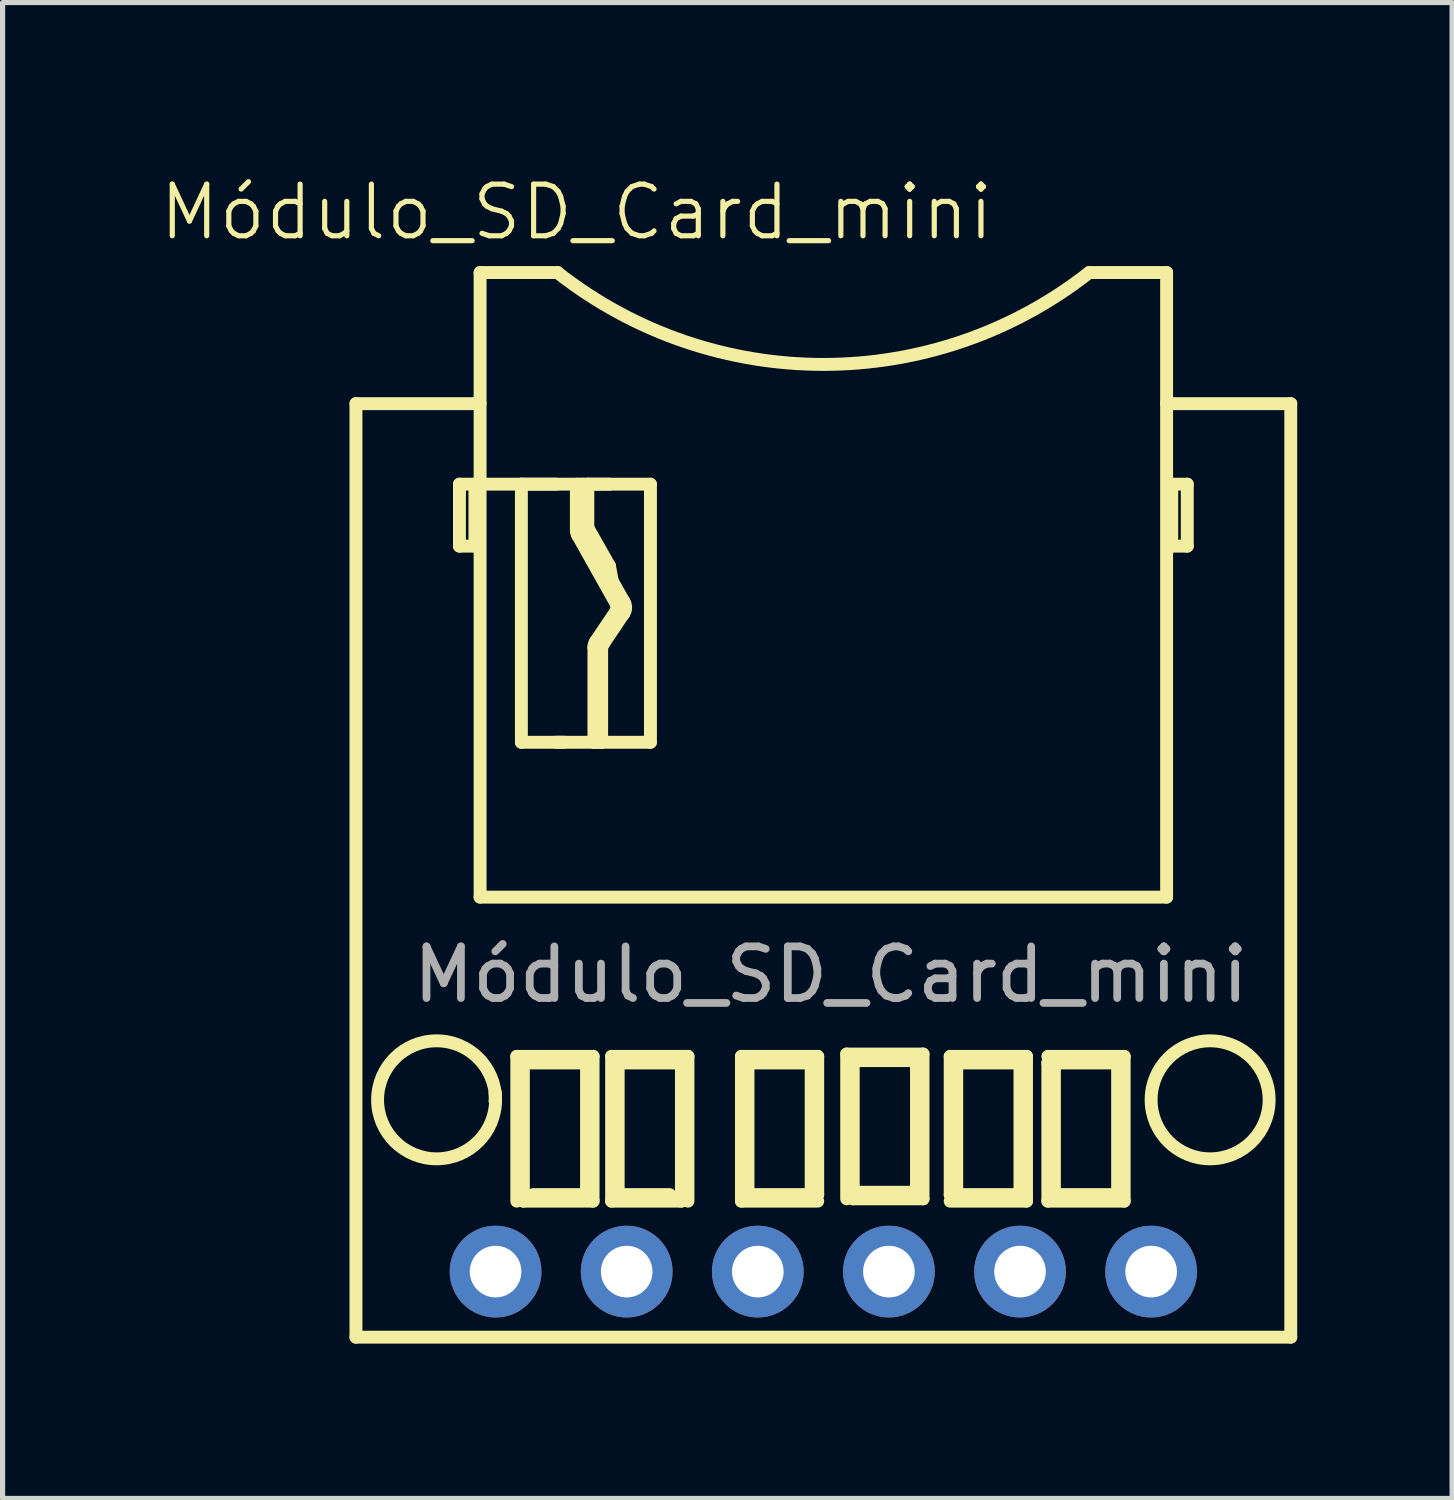
<source format=kicad_pcb>
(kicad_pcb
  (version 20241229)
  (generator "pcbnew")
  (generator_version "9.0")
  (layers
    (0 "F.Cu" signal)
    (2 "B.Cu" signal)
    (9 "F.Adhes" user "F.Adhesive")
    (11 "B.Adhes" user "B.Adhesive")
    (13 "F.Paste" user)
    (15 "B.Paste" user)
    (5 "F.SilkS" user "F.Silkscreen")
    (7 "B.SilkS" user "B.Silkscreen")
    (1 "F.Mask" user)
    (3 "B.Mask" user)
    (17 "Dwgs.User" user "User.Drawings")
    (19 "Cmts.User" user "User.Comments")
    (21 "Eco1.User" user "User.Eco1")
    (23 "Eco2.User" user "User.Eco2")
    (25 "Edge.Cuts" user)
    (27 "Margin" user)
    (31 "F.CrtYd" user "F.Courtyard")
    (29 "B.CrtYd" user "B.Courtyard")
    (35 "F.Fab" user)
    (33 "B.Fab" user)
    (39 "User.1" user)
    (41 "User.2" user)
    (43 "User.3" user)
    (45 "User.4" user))
  (footprint "Módulo_SD_Card_mini"
    (layer "F.Cu")
    (at 3.461 0.25)
    (property "Reference" "Módulo_SD_Card_mini" (at 4.66 0.81 0) (unlocked yes) (layer "F.SilkS") (effects (font (size 1 1) (thickness 0.1))))
    (attr through_hole)
    (fp_line (start 0.385 4.52) (end 2.79 4.52) (stroke (width 0.25) (type default)) (layer "F.SilkS"))
    (fp_line (start 0.385 22.605) (end 0.385 4.52) (stroke (width 0.25) (type default)) (layer "F.SilkS"))
    (fp_line (start 2.39 6.08) (end 2.39 7.28) (stroke (width 0.25) (type default)) (layer "F.SilkS"))
    (fp_line (start 2.39 6.08) (end 2.69 6.08) (stroke (width 0.25) (type default)) (layer "F.SilkS"))
    (fp_line (start 2.69 6.08) (end 6.09 6.08) (stroke (width 0.25) (type default)) (layer "F.SilkS"))
    (fp_line (start 2.69 7.28) (end 2.39 7.28) (stroke (width 0.25) (type default)) (layer "F.SilkS"))
    (fp_line (start 2.69 7.28) (end 2.69 6.08) (stroke (width 0.25) (type default)) (layer "F.SilkS"))
    (fp_line (start 2.79 1.98) (end 2.79 14.08) (stroke (width 0.25) (type default)) (layer "F.SilkS"))
    (fp_line (start 2.79 14.08) (end 16.09 14.08) (stroke (width 0.25) (type default)) (layer "F.SilkS"))
    (fp_line (start 3.082 17.871) (end 3.09 18.007) (stroke (width 0.25) (type default)) (layer "F.SilkS"))
    (fp_line (start 3.082 18.033) (end 3.082 17.871) (stroke (width 0.25) (type default)) (layer "F.SilkS"))
    (fp_line (start 3.09 18.035) (end 3.082 18.033) (stroke (width 0.25) (type default)) (layer "F.SilkS"))
    (fp_line (start 3.501 17.165) (end 4.979 17.165) (stroke (width 0.25) (type default)) (layer "F.SilkS"))
    (fp_line (start 3.501 19.97) (end 3.501 17.165) (stroke (width 0.25) (type default)) (layer "F.SilkS"))
    (fp_line (start 3.59 6.08) (end 4.265 6.08) (stroke (width 0.25) (type default)) (layer "F.SilkS"))
    (fp_line (start 3.59 11.08) (end 3.59 6.08) (stroke (width 0.25) (type default)) (layer "F.SilkS"))
    (fp_line (start 3.628 17.292) (end 3.628 19.97) (stroke (width 0.25) (type default)) (layer "F.SilkS"))
    (fp_line (start 3.82 19.843) (end 4.852 19.843) (stroke (width 0.25) (type default)) (layer "F.SilkS"))
    (fp_line (start 4.265 11.08) (end 4.415 11.08) (stroke (width 0.25) (type default)) (layer "F.SilkS"))
    (fp_line (start 4.29 1.98) (end 2.79 1.98) (stroke (width 0.25) (type default)) (layer "F.SilkS"))
    (fp_line (start 4.655 6.083) (end 4.655 6.971) (stroke (width 0.25) (type default)) (layer "F.SilkS"))
    (fp_line (start 4.681 7.069) (end 5.445 8.431) (stroke (width 0.25) (type default)) (layer "F.SilkS"))
    (fp_line (start 4.805 6.083) (end 4.655 6.083) (stroke (width 0.25) (type default)) (layer "F.SilkS"))
    (fp_line (start 4.805 6.932) (end 4.805 6.083) (stroke (width 0.25) (type default)) (layer "F.SilkS"))
    (fp_line (start 4.852 17.292) (end 3.628 17.292) (stroke (width 0.25) (type default)) (layer "F.SilkS"))
    (fp_line (start 4.852 19.843) (end 4.852 17.292) (stroke (width 0.25) (type default)) (layer "F.SilkS"))
    (fp_line (start 4.877 6.08) (end 4.877 6.923) (stroke (width 0.25) (type default)) (layer "F.SilkS"))
    (fp_line (start 4.877 6.08) (end 5.297 6.08) (stroke (width 0.25) (type default)) (layer "F.SilkS"))
    (fp_line (start 4.877 6.923) (end 5.297 7.665) (stroke (width 0.25) (type default)) (layer "F.SilkS"))
    (fp_line (start 4.979 17.165) (end 4.979 19.97) (stroke (width 0.25) (type default)) (layer "F.SilkS"))
    (fp_line (start 4.979 19.97) (end 3.628 19.97) (stroke (width 0.25) (type default)) (layer "F.SilkS"))
    (fp_line (start 4.995 11.08) (end 4.995 9.237) (stroke (width 0.25) (type default)) (layer "F.SilkS"))
    (fp_line (start 5.029 9.126) (end 5.442 8.511) (stroke (width 0.25) (type default)) (layer "F.SilkS"))
    (fp_line (start 5.145 9.283) (end 5.145 11.08) (stroke (width 0.25) (type default)) (layer "F.SilkS"))
    (fp_line (start 5.145 11.08) (end 4.995 11.08) (stroke (width 0.25) (type default)) (layer "F.SilkS"))
    (fp_line (start 5.179 9.172) (end 5.564 8.598) (stroke (width 0.25) (type default)) (layer "F.SilkS"))
    (fp_line (start 5.338 17.165) (end 6.817 17.165) (stroke (width 0.25) (type default)) (layer "F.SilkS"))
    (fp_line (start 5.338 19.97) (end 5.338 17.165) (stroke (width 0.25) (type default)) (layer "F.SilkS"))
    (fp_line (start 5.45 8.501) (end 5.297 7.665) (stroke (width 0.25) (type default)) (layer "F.SilkS"))
    (fp_line (start 5.465 17.292) (end 5.465 19.843) (stroke (width 0.25) (type default)) (layer "F.SilkS"))
    (fp_line (start 5.465 19.843) (end 6.461 19.843) (stroke (width 0.25) (type default)) (layer "F.SilkS"))
    (fp_line (start 5.574 8.354) (end 4.831 7.03) (stroke (width 0.25) (type default)) (layer "F.SilkS"))
    (fp_line (start 6.09 6.08) (end 6.09 11.08) (stroke (width 0.25) (type default)) (layer "F.SilkS"))
    (fp_line (start 6.09 11.08) (end 3.59 11.08) (stroke (width 0.25) (type default)) (layer "F.SilkS"))
    (fp_line (start 6.69 17.292) (end 5.465 17.292) (stroke (width 0.25) (type default)) (layer "F.SilkS"))
    (fp_line (start 6.69 19.97) (end 5.338 19.97) (stroke (width 0.25) (type default)) (layer "F.SilkS"))
    (fp_line (start 6.69 19.97) (end 6.69 17.292) (stroke (width 0.25) (type default)) (layer "F.SilkS"))
    (fp_line (start 6.817 17.165) (end 6.817 19.97) (stroke (width 0.25) (type default)) (layer "F.SilkS"))
    (fp_line (start 7.853 17.165) (end 9.331 17.165) (stroke (width 0.25) (type default)) (layer "F.SilkS"))
    (fp_line (start 7.853 19.97) (end 7.853 17.165) (stroke (width 0.25) (type default)) (layer "F.SilkS"))
    (fp_line (start 7.98 17.292) (end 7.98 19.843) (stroke (width 0.25) (type default)) (layer "F.SilkS"))
    (fp_line (start 7.98 19.843) (end 9.331 19.843) (stroke (width 0.25) (type default)) (layer "F.SilkS"))
    (fp_line (start 9.204 17.292) (end 7.98 17.292) (stroke (width 0.25) (type default)) (layer "F.SilkS"))
    (fp_line (start 9.204 19.843) (end 9.204 17.292) (stroke (width 0.25) (type default)) (layer "F.SilkS"))
    (fp_line (start 9.331 17.165) (end 9.331 19.843) (stroke (width 0.25) (type default)) (layer "F.SilkS"))
    (fp_line (start 9.331 19.97) (end 7.853 19.97) (stroke (width 0.25) (type default)) (layer "F.SilkS"))
    (fp_line (start 9.892 17.12) (end 11.371 17.12) (stroke (width 0.25) (type default)) (layer "F.SilkS"))
    (fp_line (start 9.892 19.925) (end 9.892 17.12) (stroke (width 0.25) (type default)) (layer "F.SilkS"))
    (fp_line (start 10.019 17.247) (end 10.019 19.925) (stroke (width 0.25) (type default)) (layer "F.SilkS"))
    (fp_line (start 10.019 19.798) (end 11.244 19.798) (stroke (width 0.25) (type default)) (layer "F.SilkS"))
    (fp_line (start 11.244 17.247) (end 10.019 17.247) (stroke (width 0.25) (type default)) (layer "F.SilkS"))
    (fp_line (start 11.244 19.798) (end 11.244 17.247) (stroke (width 0.25) (type default)) (layer "F.SilkS"))
    (fp_line (start 11.371 17.12) (end 11.371 19.925) (stroke (width 0.25) (type default)) (layer "F.SilkS"))
    (fp_line (start 11.371 19.925) (end 10.019 19.925) (stroke (width 0.25) (type default)) (layer "F.SilkS"))
    (fp_line (start 11.897 17.165) (end 13.376 17.165) (stroke (width 0.25) (type default)) (layer "F.SilkS"))
    (fp_line (start 11.897 19.843) (end 11.897 17.165) (stroke (width 0.25) (type default)) (layer "F.SilkS"))
    (fp_line (start 11.897 19.843) (end 13.249 19.843) (stroke (width 0.25) (type default)) (layer "F.SilkS"))
    (fp_line (start 12.024 17.292) (end 12.024 19.843) (stroke (width 0.25) (type default)) (layer "F.SilkS"))
    (fp_line (start 13.249 17.292) (end 12.024 17.292) (stroke (width 0.25) (type default)) (layer "F.SilkS"))
    (fp_line (start 13.249 19.843) (end 13.249 17.292) (stroke (width 0.25) (type default)) (layer "F.SilkS"))
    (fp_line (start 13.376 17.165) (end 13.376 19.97) (stroke (width 0.25) (type default)) (layer "F.SilkS"))
    (fp_line (start 13.376 19.97) (end 11.897 19.97) (stroke (width 0.25) (type default)) (layer "F.SilkS"))
    (fp_line (start 13.789 17.165) (end 15.268 17.165) (stroke (width 0.25) (type default)) (layer "F.SilkS"))
    (fp_line (start 13.789 19.97) (end 13.789 17.292) (stroke (width 0.25) (type default)) (layer "F.SilkS"))
    (fp_line (start 13.916 17.292) (end 13.916 19.843) (stroke (width 0.25) (type default)) (layer "F.SilkS"))
    (fp_line (start 13.916 19.843) (end 15.141 19.843) (stroke (width 0.25) (type default)) (layer "F.SilkS"))
    (fp_line (start 15.141 17.292) (end 13.789 17.292) (stroke (width 0.25) (type default)) (layer "F.SilkS"))
    (fp_line (start 15.141 19.843) (end 15.141 17.292) (stroke (width 0.25) (type default)) (layer "F.SilkS"))
    (fp_line (start 15.268 17.165) (end 15.268 19.97) (stroke (width 0.25) (type default)) (layer "F.SilkS"))
    (fp_line (start 15.268 19.97) (end 13.789 19.97) (stroke (width 0.25) (type default)) (layer "F.SilkS"))
    (fp_line (start 16.09 1.98) (end 14.59 1.98) (stroke (width 0.25) (type default)) (layer "F.SilkS"))
    (fp_line (start 16.09 4.52) (end 18.495 4.52) (stroke (width 0.25) (type default)) (layer "F.SilkS"))
    (fp_line (start 16.09 14.08) (end 16.09 1.98) (stroke (width 0.25) (type default)) (layer "F.SilkS"))
    (fp_line (start 16.19 6.08) (end 16.19 7.28) (stroke (width 0.25) (type default)) (layer "F.SilkS"))
    (fp_line (start 16.19 7.28) (end 16.49 7.28) (stroke (width 0.25) (type default)) (layer "F.SilkS"))
    (fp_line (start 16.49 6.08) (end 16.19 6.08) (stroke (width 0.25) (type default)) (layer "F.SilkS"))
    (fp_line (start 16.49 7.28) (end 16.49 6.08) (stroke (width 0.25) (type default)) (layer "F.SilkS"))
    (fp_line (start 18.495 4.52) (end 18.495 22.605) (stroke (width 0.25) (type default)) (layer "F.SilkS"))
    (fp_line (start 18.495 22.605) (end 0.385 22.605) (stroke (width 0.25) (type default)) (layer "F.SilkS"))
    (fp_arc (start 4.680743 7.069131) (mid 4.661676 7.021845) (end 4.655166 6.971274) (stroke (width 0.25) (type default)) (layer "F.SilkS"))
    (fp_arc (start 4.830743 7.029925) (mid 4.811677 6.982638) (end 4.805166 6.932066) (stroke (width 0.25) (type default)) (layer "F.SilkS"))
    (fp_arc (start 4.994741 9.237446) (mid 5.003429 9.179099) (end 5.02878 9.125837) (stroke (width 0.25) (type default)) (layer "F.SilkS"))
    (fp_arc (start 5.144741 9.283193) (mid 5.153443 9.224853) (end 5.17878 9.171585) (stroke (width 0.25) (type default)) (layer "F.SilkS"))
    (fp_arc (start 5.442191 8.51112) (mid 5.445878 8.505822) (end 5.449734 8.500645) (stroke (width 0.25) (type default)) (layer "F.SilkS"))
    (fp_arc (start 5.451997 8.442807) (mid 5.44843 8.437135) (end 5.445055 8.431348) (stroke (width 0.25) (type default)) (layer "F.SilkS"))
    (fp_arc (start 5.451997 8.442807) (mid 5.460063 8.47208) (end 5.449734 8.500645) (stroke (width 0.25) (type default)) (layer "F.SilkS"))
    (fp_arc (start 5.564282 8.598366) (mid 5.567186 8.594165) (end 5.570194 8.590038) (stroke (width 0.25) (type default)) (layer "F.SilkS"))
    (fp_arc (start 5.579131 8.36319) (mid 5.609969 8.478005) (end 5.570194 8.590038) (stroke (width 0.25) (type default)) (layer "F.SilkS"))
    (fp_arc (start 5.579131 8.36319) (mid 5.576365 8.35869) (end 5.57372 8.354118) (stroke (width 0.25) (type default)) (layer "F.SilkS"))
    (fp_arc (start 14.589998 1.98) (mid 9.44 3.76) (end 4.290001 1.98) (stroke (width 0.25) (type default)) (layer "F.SilkS"))
    (fp_circle (center 1.947 18.007) (end 3.09 18.007) (stroke (width 0.25) (type default)) (fill no) (layer "F.SilkS"))
    (fp_circle (center 16.933 18.007) (end 18.076 18.007) (stroke (width 0.25) (type default)) (fill no) (layer "F.SilkS"))
    (fp_text user "${REFERENCE}" (at 9.585 15.58 0) (unlocked yes) (layer "F.Fab") (effects (font (size 1 1) (thickness 0.15))))
    (pad "1" thru_hole circle (at 3.09 21.335) (size 1.778 1.778) (drill 1) (layers "*.Cu" "*.Mask"))
    (pad "2" thru_hole circle (at 5.63 21.335) (size 1.778 1.778) (drill 1) (layers "*.Cu" "*.Mask"))
    (pad "3" thru_hole circle (at 8.17 21.335) (size 1.778 1.778) (drill 1) (layers "*.Cu" "*.Mask"))
    (pad "4" thru_hole circle (at 10.71 21.335) (size 1.778 1.778) (drill 1) (layers "*.Cu" "*.Mask"))
    (pad "5" thru_hole circle (at 13.25 21.335) (size 1.778 1.778) (drill 1) (layers "*.Cu" "*.Mask"))
    (pad "6" thru_hole circle (at 15.79 21.335) (size 1.778 1.778) (drill 1) (layers "*.Cu" "*.Mask")))
  (gr_rect
    (start -3 -3)
    (end 25.082 25.98)
    (stroke (width 0.1) (type default))
    (fill no)
    (layer "Edge.Cuts")))
</source>
